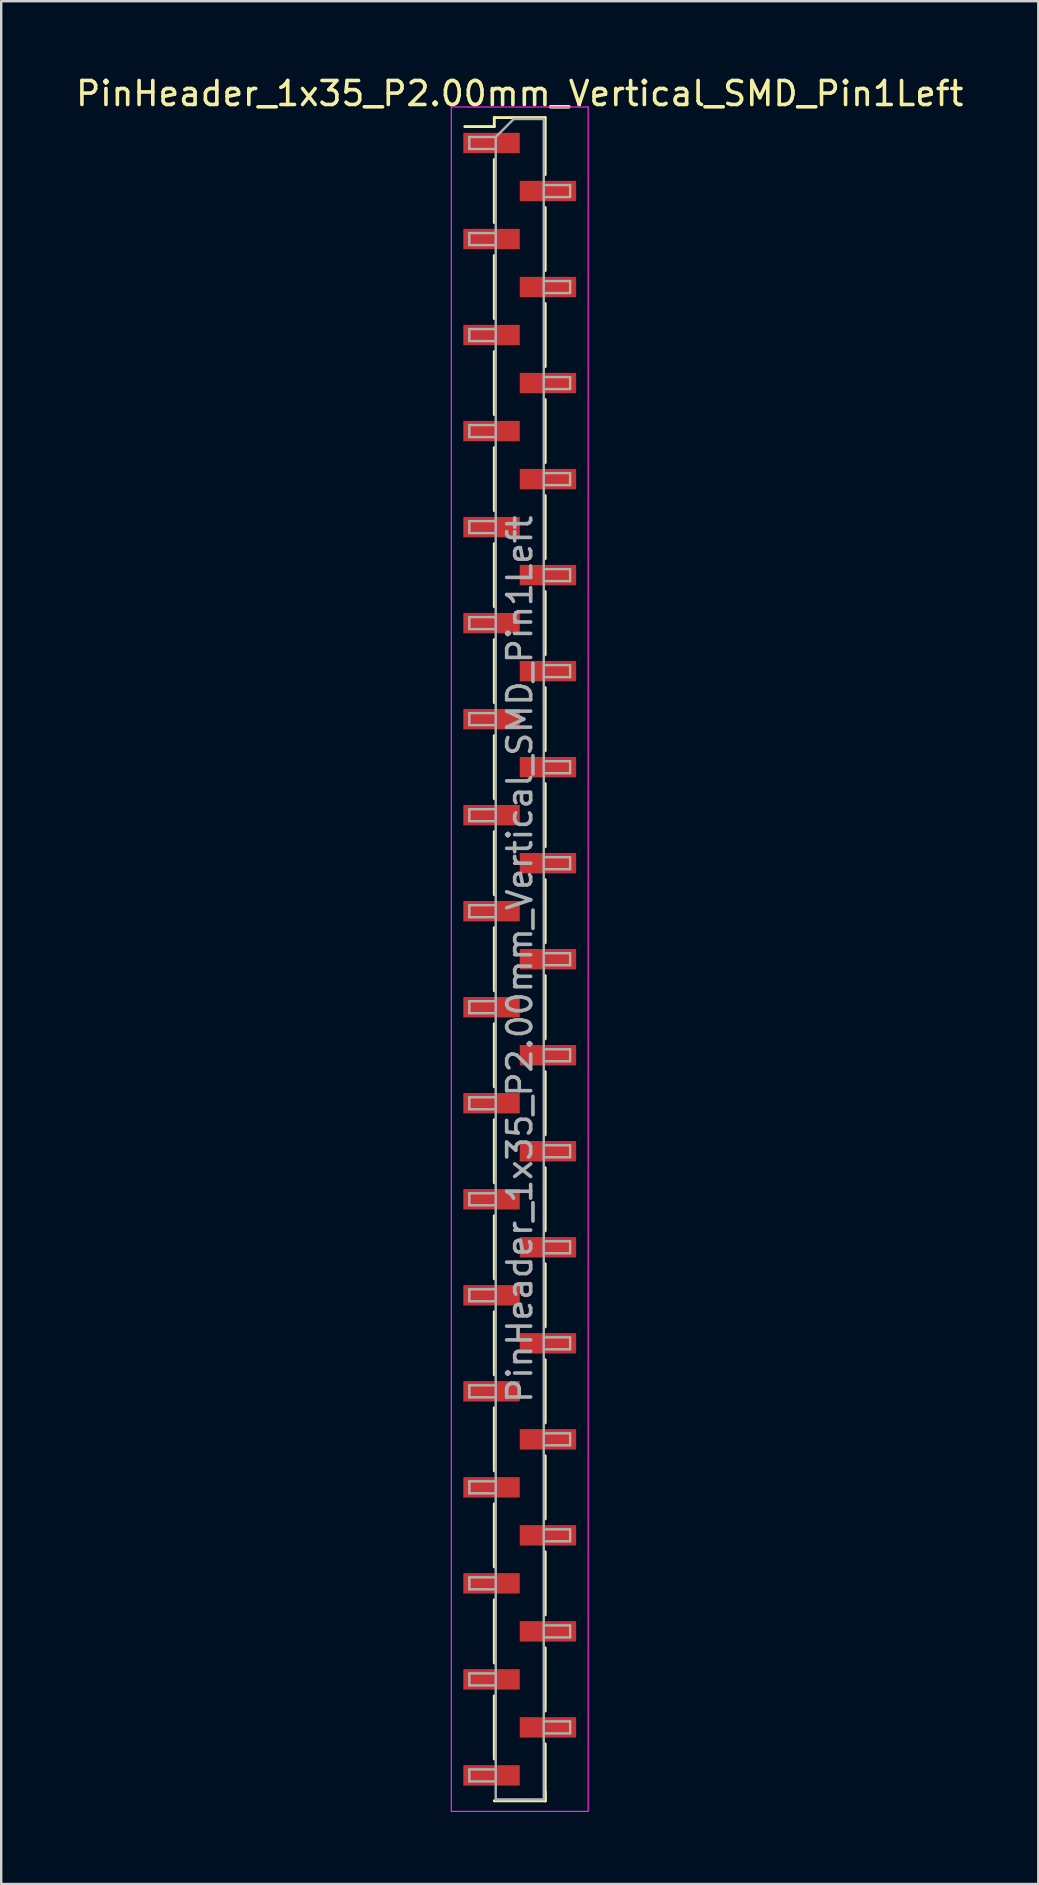
<source format=kicad_pcb>
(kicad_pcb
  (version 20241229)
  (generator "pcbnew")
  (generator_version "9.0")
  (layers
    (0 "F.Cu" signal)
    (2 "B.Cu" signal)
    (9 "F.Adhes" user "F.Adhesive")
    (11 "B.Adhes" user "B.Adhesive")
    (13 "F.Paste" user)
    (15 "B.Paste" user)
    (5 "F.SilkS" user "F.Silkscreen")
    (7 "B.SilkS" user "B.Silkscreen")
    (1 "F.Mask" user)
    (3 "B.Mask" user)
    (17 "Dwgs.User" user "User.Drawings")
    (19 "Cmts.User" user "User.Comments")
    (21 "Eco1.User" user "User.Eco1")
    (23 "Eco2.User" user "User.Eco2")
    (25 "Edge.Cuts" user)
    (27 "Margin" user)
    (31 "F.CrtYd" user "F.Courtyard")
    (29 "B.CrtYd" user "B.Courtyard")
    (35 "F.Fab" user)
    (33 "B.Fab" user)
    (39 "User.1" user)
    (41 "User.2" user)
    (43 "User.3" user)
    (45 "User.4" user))
  (footprint "PinHeader_1x35_P2.00mm_Vertical_SMD_Pin1Left"
    (layer "F.Cu")
    (at 18.601 36.908)
    (property "Reference" "PinHeader_1x35_P2.00mm_Vertical_SMD_Pin1Left" (at 0 -36.06 0) (layer "F.SilkS") (effects (font (size 1 1) (thickness 0.15))))
    (attr smd)
    (fp_line (start -1.06 -35.06) (end -1.06 -34.685) (stroke (width 0.12) (type solid)) (layer "F.SilkS"))
    (fp_line (start -1.06 -35.06) (end 1.06 -35.06) (stroke (width 0.12) (type solid)) (layer "F.SilkS"))
    (fp_line (start -1.06 -34.685) (end -2.29 -34.685) (stroke (width 0.12) (type solid)) (layer "F.SilkS"))
    (fp_line (start -1.06 -33.315) (end -1.06 -30.685) (stroke (width 0.12) (type solid)) (layer "F.SilkS"))
    (fp_line (start -1.06 -29.315) (end -1.06 -26.685) (stroke (width 0.12) (type solid)) (layer "F.SilkS"))
    (fp_line (start -1.06 -25.315) (end -1.06 -22.685) (stroke (width 0.12) (type solid)) (layer "F.SilkS"))
    (fp_line (start -1.06 -21.315) (end -1.06 -18.685) (stroke (width 0.12) (type solid)) (layer "F.SilkS"))
    (fp_line (start -1.06 -17.315) (end -1.06 -14.685) (stroke (width 0.12) (type solid)) (layer "F.SilkS"))
    (fp_line (start -1.06 -13.315) (end -1.06 -10.685) (stroke (width 0.12) (type solid)) (layer "F.SilkS"))
    (fp_line (start -1.06 -9.315) (end -1.06 -6.685) (stroke (width 0.12) (type solid)) (layer "F.SilkS"))
    (fp_line (start -1.06 -5.315) (end -1.06 -2.685) (stroke (width 0.12) (type solid)) (layer "F.SilkS"))
    (fp_line (start -1.06 -1.315) (end -1.06 1.315) (stroke (width 0.12) (type solid)) (layer "F.SilkS"))
    (fp_line (start -1.06 2.685) (end -1.06 5.315) (stroke (width 0.12) (type solid)) (layer "F.SilkS"))
    (fp_line (start -1.06 6.685) (end -1.06 9.315) (stroke (width 0.12) (type solid)) (layer "F.SilkS"))
    (fp_line (start -1.06 10.685) (end -1.06 13.315) (stroke (width 0.12) (type solid)) (layer "F.SilkS"))
    (fp_line (start -1.06 14.685) (end -1.06 17.315) (stroke (width 0.12) (type solid)) (layer "F.SilkS"))
    (fp_line (start -1.06 18.685) (end -1.06 21.315) (stroke (width 0.12) (type solid)) (layer "F.SilkS"))
    (fp_line (start -1.06 22.685) (end -1.06 25.315) (stroke (width 0.12) (type solid)) (layer "F.SilkS"))
    (fp_line (start -1.06 26.685) (end -1.06 29.315) (stroke (width 0.12) (type solid)) (layer "F.SilkS"))
    (fp_line (start -1.06 30.685) (end -1.06 33.315) (stroke (width 0.12) (type solid)) (layer "F.SilkS"))
    (fp_line (start -1.06 35.06) (end 1.06 35.06) (stroke (width 0.12) (type solid)) (layer "F.SilkS"))
    (fp_line (start 1.06 -35.06) (end 1.06 -32.685) (stroke (width 0.12) (type solid)) (layer "F.SilkS"))
    (fp_line (start 1.06 -31.315) (end 1.06 -28.685) (stroke (width 0.12) (type solid)) (layer "F.SilkS"))
    (fp_line (start 1.06 -27.315) (end 1.06 -24.685) (stroke (width 0.12) (type solid)) (layer "F.SilkS"))
    (fp_line (start 1.06 -23.315) (end 1.06 -20.685) (stroke (width 0.12) (type solid)) (layer "F.SilkS"))
    (fp_line (start 1.06 -19.315) (end 1.06 -16.685) (stroke (width 0.12) (type solid)) (layer "F.SilkS"))
    (fp_line (start 1.06 -15.315) (end 1.06 -12.685) (stroke (width 0.12) (type solid)) (layer "F.SilkS"))
    (fp_line (start 1.06 -11.315) (end 1.06 -8.685) (stroke (width 0.12) (type solid)) (layer "F.SilkS"))
    (fp_line (start 1.06 -7.315) (end 1.06 -4.685) (stroke (width 0.12) (type solid)) (layer "F.SilkS"))
    (fp_line (start 1.06 -3.315) (end 1.06 -0.685) (stroke (width 0.12) (type solid)) (layer "F.SilkS"))
    (fp_line (start 1.06 0.685) (end 1.06 3.315) (stroke (width 0.12) (type solid)) (layer "F.SilkS"))
    (fp_line (start 1.06 4.685) (end 1.06 7.315) (stroke (width 0.12) (type solid)) (layer "F.SilkS"))
    (fp_line (start 1.06 8.685) (end 1.06 11.315) (stroke (width 0.12) (type solid)) (layer "F.SilkS"))
    (fp_line (start 1.06 12.685) (end 1.06 15.315) (stroke (width 0.12) (type solid)) (layer "F.SilkS"))
    (fp_line (start 1.06 16.685) (end 1.06 19.315) (stroke (width 0.12) (type solid)) (layer "F.SilkS"))
    (fp_line (start 1.06 20.685) (end 1.06 23.315) (stroke (width 0.12) (type solid)) (layer "F.SilkS"))
    (fp_line (start 1.06 24.685) (end 1.06 27.315) (stroke (width 0.12) (type solid)) (layer "F.SilkS"))
    (fp_line (start 1.06 28.685) (end 1.06 31.315) (stroke (width 0.12) (type solid)) (layer "F.SilkS"))
    (fp_line (start 1.06 32.685) (end 1.06 35.06) (stroke (width 0.12) (type solid)) (layer "F.SilkS"))
    (fp_line (start 1.06 34.685) (end 1.06 35.06) (stroke (width 0.12) (type solid)) (layer "F.SilkS"))
    (fp_line (start -2.85 -35.5) (end -2.85 35.5) (stroke (width 0.05) (type solid)) (layer "F.CrtYd"))
    (fp_line (start -2.85 35.5) (end 2.85 35.5) (stroke (width 0.05) (type solid)) (layer "F.CrtYd"))
    (fp_line (start 2.85 -35.5) (end -2.85 -35.5) (stroke (width 0.05) (type solid)) (layer "F.CrtYd"))
    (fp_line (start 2.85 35.5) (end 2.85 -35.5) (stroke (width 0.05) (type solid)) (layer "F.CrtYd"))
    (fp_line (start -2.1 -34.25) (end -2.1 -33.75) (stroke (width 0.1) (type solid)) (layer "F.Fab"))
    (fp_line (start -2.1 -33.75) (end -1 -33.75) (stroke (width 0.1) (type solid)) (layer "F.Fab"))
    (fp_line (start -2.1 -30.25) (end -2.1 -29.75) (stroke (width 0.1) (type solid)) (layer "F.Fab"))
    (fp_line (start -2.1 -29.75) (end -1 -29.75) (stroke (width 0.1) (type solid)) (layer "F.Fab"))
    (fp_line (start -2.1 -26.25) (end -2.1 -25.75) (stroke (width 0.1) (type solid)) (layer "F.Fab"))
    (fp_line (start -2.1 -25.75) (end -1 -25.75) (stroke (width 0.1) (type solid)) (layer "F.Fab"))
    (fp_line (start -2.1 -22.25) (end -2.1 -21.75) (stroke (width 0.1) (type solid)) (layer "F.Fab"))
    (fp_line (start -2.1 -21.75) (end -1 -21.75) (stroke (width 0.1) (type solid)) (layer "F.Fab"))
    (fp_line (start -2.1 -18.25) (end -2.1 -17.75) (stroke (width 0.1) (type solid)) (layer "F.Fab"))
    (fp_line (start -2.1 -17.75) (end -1 -17.75) (stroke (width 0.1) (type solid)) (layer "F.Fab"))
    (fp_line (start -2.1 -14.25) (end -2.1 -13.75) (stroke (width 0.1) (type solid)) (layer "F.Fab"))
    (fp_line (start -2.1 -13.75) (end -1 -13.75) (stroke (width 0.1) (type solid)) (layer "F.Fab"))
    (fp_line (start -2.1 -10.25) (end -2.1 -9.75) (stroke (width 0.1) (type solid)) (layer "F.Fab"))
    (fp_line (start -2.1 -9.75) (end -1 -9.75) (stroke (width 0.1) (type solid)) (layer "F.Fab"))
    (fp_line (start -2.1 -6.25) (end -2.1 -5.75) (stroke (width 0.1) (type solid)) (layer "F.Fab"))
    (fp_line (start -2.1 -5.75) (end -1 -5.75) (stroke (width 0.1) (type solid)) (layer "F.Fab"))
    (fp_line (start -2.1 -2.25) (end -2.1 -1.75) (stroke (width 0.1) (type solid)) (layer "F.Fab"))
    (fp_line (start -2.1 -1.75) (end -1 -1.75) (stroke (width 0.1) (type solid)) (layer "F.Fab"))
    (fp_line (start -2.1 1.75) (end -2.1 2.25) (stroke (width 0.1) (type solid)) (layer "F.Fab"))
    (fp_line (start -2.1 2.25) (end -1 2.25) (stroke (width 0.1) (type solid)) (layer "F.Fab"))
    (fp_line (start -2.1 5.75) (end -2.1 6.25) (stroke (width 0.1) (type solid)) (layer "F.Fab"))
    (fp_line (start -2.1 6.25) (end -1 6.25) (stroke (width 0.1) (type solid)) (layer "F.Fab"))
    (fp_line (start -2.1 9.75) (end -2.1 10.25) (stroke (width 0.1) (type solid)) (layer "F.Fab"))
    (fp_line (start -2.1 10.25) (end -1 10.25) (stroke (width 0.1) (type solid)) (layer "F.Fab"))
    (fp_line (start -2.1 13.75) (end -2.1 14.25) (stroke (width 0.1) (type solid)) (layer "F.Fab"))
    (fp_line (start -2.1 14.25) (end -1 14.25) (stroke (width 0.1) (type solid)) (layer "F.Fab"))
    (fp_line (start -2.1 17.75) (end -2.1 18.25) (stroke (width 0.1) (type solid)) (layer "F.Fab"))
    (fp_line (start -2.1 18.25) (end -1 18.25) (stroke (width 0.1) (type solid)) (layer "F.Fab"))
    (fp_line (start -2.1 21.75) (end -2.1 22.25) (stroke (width 0.1) (type solid)) (layer "F.Fab"))
    (fp_line (start -2.1 22.25) (end -1 22.25) (stroke (width 0.1) (type solid)) (layer "F.Fab"))
    (fp_line (start -2.1 25.75) (end -2.1 26.25) (stroke (width 0.1) (type solid)) (layer "F.Fab"))
    (fp_line (start -2.1 26.25) (end -1 26.25) (stroke (width 0.1) (type solid)) (layer "F.Fab"))
    (fp_line (start -2.1 29.75) (end -2.1 30.25) (stroke (width 0.1) (type solid)) (layer "F.Fab"))
    (fp_line (start -2.1 30.25) (end -1 30.25) (stroke (width 0.1) (type solid)) (layer "F.Fab"))
    (fp_line (start -2.1 33.75) (end -2.1 34.25) (stroke (width 0.1) (type solid)) (layer "F.Fab"))
    (fp_line (start -2.1 34.25) (end -1 34.25) (stroke (width 0.1) (type solid)) (layer "F.Fab"))
    (fp_line (start -1 -34.25) (end -2.1 -34.25) (stroke (width 0.1) (type solid)) (layer "F.Fab"))
    (fp_line (start -1 -34.25) (end -0.25 -35) (stroke (width 0.1) (type solid)) (layer "F.Fab"))
    (fp_line (start -1 -30.25) (end -2.1 -30.25) (stroke (width 0.1) (type solid)) (layer "F.Fab"))
    (fp_line (start -1 -26.25) (end -2.1 -26.25) (stroke (width 0.1) (type solid)) (layer "F.Fab"))
    (fp_line (start -1 -22.25) (end -2.1 -22.25) (stroke (width 0.1) (type solid)) (layer "F.Fab"))
    (fp_line (start -1 -18.25) (end -2.1 -18.25) (stroke (width 0.1) (type solid)) (layer "F.Fab"))
    (fp_line (start -1 -14.25) (end -2.1 -14.25) (stroke (width 0.1) (type solid)) (layer "F.Fab"))
    (fp_line (start -1 -10.25) (end -2.1 -10.25) (stroke (width 0.1) (type solid)) (layer "F.Fab"))
    (fp_line (start -1 -6.25) (end -2.1 -6.25) (stroke (width 0.1) (type solid)) (layer "F.Fab"))
    (fp_line (start -1 -2.25) (end -2.1 -2.25) (stroke (width 0.1) (type solid)) (layer "F.Fab"))
    (fp_line (start -1 1.75) (end -2.1 1.75) (stroke (width 0.1) (type solid)) (layer "F.Fab"))
    (fp_line (start -1 5.75) (end -2.1 5.75) (stroke (width 0.1) (type solid)) (layer "F.Fab"))
    (fp_line (start -1 9.75) (end -2.1 9.75) (stroke (width 0.1) (type solid)) (layer "F.Fab"))
    (fp_line (start -1 13.75) (end -2.1 13.75) (stroke (width 0.1) (type solid)) (layer "F.Fab"))
    (fp_line (start -1 17.75) (end -2.1 17.75) (stroke (width 0.1) (type solid)) (layer "F.Fab"))
    (fp_line (start -1 21.75) (end -2.1 21.75) (stroke (width 0.1) (type solid)) (layer "F.Fab"))
    (fp_line (start -1 25.75) (end -2.1 25.75) (stroke (width 0.1) (type solid)) (layer "F.Fab"))
    (fp_line (start -1 29.75) (end -2.1 29.75) (stroke (width 0.1) (type solid)) (layer "F.Fab"))
    (fp_line (start -1 33.75) (end -2.1 33.75) (stroke (width 0.1) (type solid)) (layer "F.Fab"))
    (fp_line (start -1 35) (end -1 -34.25) (stroke (width 0.1) (type solid)) (layer "F.Fab"))
    (fp_line (start -0.25 -35) (end 1 -35) (stroke (width 0.1) (type solid)) (layer "F.Fab"))
    (fp_line (start 1 -35) (end 1 35) (stroke (width 0.1) (type solid)) (layer "F.Fab"))
    (fp_line (start 1 -32.25) (end 2.1 -32.25) (stroke (width 0.1) (type solid)) (layer "F.Fab"))
    (fp_line (start 1 -28.25) (end 2.1 -28.25) (stroke (width 0.1) (type solid)) (layer "F.Fab"))
    (fp_line (start 1 -24.25) (end 2.1 -24.25) (stroke (width 0.1) (type solid)) (layer "F.Fab"))
    (fp_line (start 1 -20.25) (end 2.1 -20.25) (stroke (width 0.1) (type solid)) (layer "F.Fab"))
    (fp_line (start 1 -16.25) (end 2.1 -16.25) (stroke (width 0.1) (type solid)) (layer "F.Fab"))
    (fp_line (start 1 -12.25) (end 2.1 -12.25) (stroke (width 0.1) (type solid)) (layer "F.Fab"))
    (fp_line (start 1 -8.25) (end 2.1 -8.25) (stroke (width 0.1) (type solid)) (layer "F.Fab"))
    (fp_line (start 1 -4.25) (end 2.1 -4.25) (stroke (width 0.1) (type solid)) (layer "F.Fab"))
    (fp_line (start 1 -0.25) (end 2.1 -0.25) (stroke (width 0.1) (type solid)) (layer "F.Fab"))
    (fp_line (start 1 3.75) (end 2.1 3.75) (stroke (width 0.1) (type solid)) (layer "F.Fab"))
    (fp_line (start 1 7.75) (end 2.1 7.75) (stroke (width 0.1) (type solid)) (layer "F.Fab"))
    (fp_line (start 1 11.75) (end 2.1 11.75) (stroke (width 0.1) (type solid)) (layer "F.Fab"))
    (fp_line (start 1 15.75) (end 2.1 15.75) (stroke (width 0.1) (type solid)) (layer "F.Fab"))
    (fp_line (start 1 19.75) (end 2.1 19.75) (stroke (width 0.1) (type solid)) (layer "F.Fab"))
    (fp_line (start 1 23.75) (end 2.1 23.75) (stroke (width 0.1) (type solid)) (layer "F.Fab"))
    (fp_line (start 1 27.75) (end 2.1 27.75) (stroke (width 0.1) (type solid)) (layer "F.Fab"))
    (fp_line (start 1 31.75) (end 2.1 31.75) (stroke (width 0.1) (type solid)) (layer "F.Fab"))
    (fp_line (start 1 35) (end -1 35) (stroke (width 0.1) (type solid)) (layer "F.Fab"))
    (fp_line (start 2.1 -32.25) (end 2.1 -31.75) (stroke (width 0.1) (type solid)) (layer "F.Fab"))
    (fp_line (start 2.1 -31.75) (end 1 -31.75) (stroke (width 0.1) (type solid)) (layer "F.Fab"))
    (fp_line (start 2.1 -28.25) (end 2.1 -27.75) (stroke (width 0.1) (type solid)) (layer "F.Fab"))
    (fp_line (start 2.1 -27.75) (end 1 -27.75) (stroke (width 0.1) (type solid)) (layer "F.Fab"))
    (fp_line (start 2.1 -24.25) (end 2.1 -23.75) (stroke (width 0.1) (type solid)) (layer "F.Fab"))
    (fp_line (start 2.1 -23.75) (end 1 -23.75) (stroke (width 0.1) (type solid)) (layer "F.Fab"))
    (fp_line (start 2.1 -20.25) (end 2.1 -19.75) (stroke (width 0.1) (type solid)) (layer "F.Fab"))
    (fp_line (start 2.1 -19.75) (end 1 -19.75) (stroke (width 0.1) (type solid)) (layer "F.Fab"))
    (fp_line (start 2.1 -16.25) (end 2.1 -15.75) (stroke (width 0.1) (type solid)) (layer "F.Fab"))
    (fp_line (start 2.1 -15.75) (end 1 -15.75) (stroke (width 0.1) (type solid)) (layer "F.Fab"))
    (fp_line (start 2.1 -12.25) (end 2.1 -11.75) (stroke (width 0.1) (type solid)) (layer "F.Fab"))
    (fp_line (start 2.1 -11.75) (end 1 -11.75) (stroke (width 0.1) (type solid)) (layer "F.Fab"))
    (fp_line (start 2.1 -8.25) (end 2.1 -7.75) (stroke (width 0.1) (type solid)) (layer "F.Fab"))
    (fp_line (start 2.1 -7.75) (end 1 -7.75) (stroke (width 0.1) (type solid)) (layer "F.Fab"))
    (fp_line (start 2.1 -4.25) (end 2.1 -3.75) (stroke (width 0.1) (type solid)) (layer "F.Fab"))
    (fp_line (start 2.1 -3.75) (end 1 -3.75) (stroke (width 0.1) (type solid)) (layer "F.Fab"))
    (fp_line (start 2.1 -0.25) (end 2.1 0.25) (stroke (width 0.1) (type solid)) (layer "F.Fab"))
    (fp_line (start 2.1 0.25) (end 1 0.25) (stroke (width 0.1) (type solid)) (layer "F.Fab"))
    (fp_line (start 2.1 3.75) (end 2.1 4.25) (stroke (width 0.1) (type solid)) (layer "F.Fab"))
    (fp_line (start 2.1 4.25) (end 1 4.25) (stroke (width 0.1) (type solid)) (layer "F.Fab"))
    (fp_line (start 2.1 7.75) (end 2.1 8.25) (stroke (width 0.1) (type solid)) (layer "F.Fab"))
    (fp_line (start 2.1 8.25) (end 1 8.25) (stroke (width 0.1) (type solid)) (layer "F.Fab"))
    (fp_line (start 2.1 11.75) (end 2.1 12.25) (stroke (width 0.1) (type solid)) (layer "F.Fab"))
    (fp_line (start 2.1 12.25) (end 1 12.25) (stroke (width 0.1) (type solid)) (layer "F.Fab"))
    (fp_line (start 2.1 15.75) (end 2.1 16.25) (stroke (width 0.1) (type solid)) (layer "F.Fab"))
    (fp_line (start 2.1 16.25) (end 1 16.25) (stroke (width 0.1) (type solid)) (layer "F.Fab"))
    (fp_line (start 2.1 19.75) (end 2.1 20.25) (stroke (width 0.1) (type solid)) (layer "F.Fab"))
    (fp_line (start 2.1 20.25) (end 1 20.25) (stroke (width 0.1) (type solid)) (layer "F.Fab"))
    (fp_line (start 2.1 23.75) (end 2.1 24.25) (stroke (width 0.1) (type solid)) (layer "F.Fab"))
    (fp_line (start 2.1 24.25) (end 1 24.25) (stroke (width 0.1) (type solid)) (layer "F.Fab"))
    (fp_line (start 2.1 27.75) (end 2.1 28.25) (stroke (width 0.1) (type solid)) (layer "F.Fab"))
    (fp_line (start 2.1 28.25) (end 1 28.25) (stroke (width 0.1) (type solid)) (layer "F.Fab"))
    (fp_line (start 2.1 31.75) (end 2.1 32.25) (stroke (width 0.1) (type solid)) (layer "F.Fab"))
    (fp_line (start 2.1 32.25) (end 1 32.25) (stroke (width 0.1) (type solid)) (layer "F.Fab"))
    (fp_text user "${REFERENCE}" (at 0 0 90) (layer "F.Fab") (effects (font (size 1 1) (thickness 0.15))))
    (pad "1" smd rect (at -1.175 -34) (size 2.35 0.85) (layers "F.Cu" "F.Mask" "F.Paste"))
    (pad "2" smd rect (at 1.175 -32) (size 2.35 0.85) (layers "F.Cu" "F.Mask" "F.Paste"))
    (pad "3" smd rect (at -1.175 -30) (size 2.35 0.85) (layers "F.Cu" "F.Mask" "F.Paste"))
    (pad "4" smd rect (at 1.175 -28) (size 2.35 0.85) (layers "F.Cu" "F.Mask" "F.Paste"))
    (pad "5" smd rect (at -1.175 -26) (size 2.35 0.85) (layers "F.Cu" "F.Mask" "F.Paste"))
    (pad "6" smd rect (at 1.175 -24) (size 2.35 0.85) (layers "F.Cu" "F.Mask" "F.Paste"))
    (pad "7" smd rect (at -1.175 -22) (size 2.35 0.85) (layers "F.Cu" "F.Mask" "F.Paste"))
    (pad "8" smd rect (at 1.175 -20) (size 2.35 0.85) (layers "F.Cu" "F.Mask" "F.Paste"))
    (pad "9" smd rect (at -1.175 -18) (size 2.35 0.85) (layers "F.Cu" "F.Mask" "F.Paste"))
    (pad "10" smd rect (at 1.175 -16) (size 2.35 0.85) (layers "F.Cu" "F.Mask" "F.Paste"))
    (pad "11" smd rect (at -1.175 -14) (size 2.35 0.85) (layers "F.Cu" "F.Mask" "F.Paste"))
    (pad "12" smd rect (at 1.175 -12) (size 2.35 0.85) (layers "F.Cu" "F.Mask" "F.Paste"))
    (pad "13" smd rect (at -1.175 -10) (size 2.35 0.85) (layers "F.Cu" "F.Mask" "F.Paste"))
    (pad "14" smd rect (at 1.175 -8) (size 2.35 0.85) (layers "F.Cu" "F.Mask" "F.Paste"))
    (pad "15" smd rect (at -1.175 -6) (size 2.35 0.85) (layers "F.Cu" "F.Mask" "F.Paste"))
    (pad "16" smd rect (at 1.175 -4) (size 2.35 0.85) (layers "F.Cu" "F.Mask" "F.Paste"))
    (pad "17" smd rect (at -1.175 -2) (size 2.35 0.85) (layers "F.Cu" "F.Mask" "F.Paste"))
    (pad "18" smd rect (at 1.175 0) (size 2.35 0.85) (layers "F.Cu" "F.Mask" "F.Paste"))
    (pad "19" smd rect (at -1.175 2) (size 2.35 0.85) (layers "F.Cu" "F.Mask" "F.Paste"))
    (pad "20" smd rect (at 1.175 4) (size 2.35 0.85) (layers "F.Cu" "F.Mask" "F.Paste"))
    (pad "21" smd rect (at -1.175 6) (size 2.35 0.85) (layers "F.Cu" "F.Mask" "F.Paste"))
    (pad "22" smd rect (at 1.175 8) (size 2.35 0.85) (layers "F.Cu" "F.Mask" "F.Paste"))
    (pad "23" smd rect (at -1.175 10) (size 2.35 0.85) (layers "F.Cu" "F.Mask" "F.Paste"))
    (pad "24" smd rect (at 1.175 12) (size 2.35 0.85) (layers "F.Cu" "F.Mask" "F.Paste"))
    (pad "25" smd rect (at -1.175 14) (size 2.35 0.85) (layers "F.Cu" "F.Mask" "F.Paste"))
    (pad "26" smd rect (at 1.175 16) (size 2.35 0.85) (layers "F.Cu" "F.Mask" "F.Paste"))
    (pad "27" smd rect (at -1.175 18) (size 2.35 0.85) (layers "F.Cu" "F.Mask" "F.Paste"))
    (pad "28" smd rect (at 1.175 20) (size 2.35 0.85) (layers "F.Cu" "F.Mask" "F.Paste"))
    (pad "29" smd rect (at -1.175 22) (size 2.35 0.85) (layers "F.Cu" "F.Mask" "F.Paste"))
    (pad "30" smd rect (at 1.175 24) (size 2.35 0.85) (layers "F.Cu" "F.Mask" "F.Paste"))
    (pad "31" smd rect (at -1.175 26) (size 2.35 0.85) (layers "F.Cu" "F.Mask" "F.Paste"))
    (pad "32" smd rect (at 1.175 28) (size 2.35 0.85) (layers "F.Cu" "F.Mask" "F.Paste"))
    (pad "33" smd rect (at -1.175 30) (size 2.35 0.85) (layers "F.Cu" "F.Mask" "F.Paste"))
    (pad "34" smd rect (at 1.175 32) (size 2.35 0.85) (layers "F.Cu" "F.Mask" "F.Paste"))
    (pad "35" smd rect (at -1.175 34) (size 2.35 0.85) (layers "F.Cu" "F.Mask" "F.Paste")))
  (gr_rect
    (start -3 -3)
    (end 40.202 75.433)
    (stroke (width 0.1) (type default))
    (fill no)
    (layer "Edge.Cuts")))
</source>
